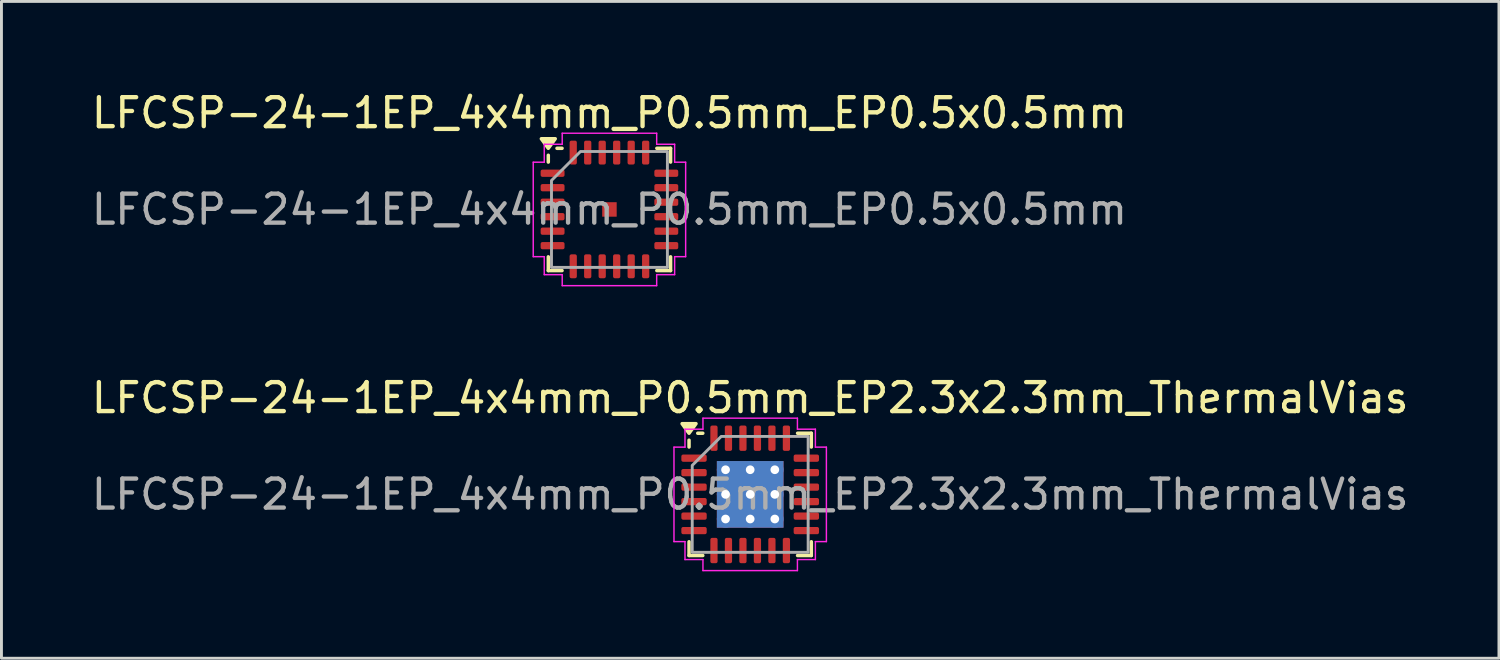
<source format=kicad_pcb>
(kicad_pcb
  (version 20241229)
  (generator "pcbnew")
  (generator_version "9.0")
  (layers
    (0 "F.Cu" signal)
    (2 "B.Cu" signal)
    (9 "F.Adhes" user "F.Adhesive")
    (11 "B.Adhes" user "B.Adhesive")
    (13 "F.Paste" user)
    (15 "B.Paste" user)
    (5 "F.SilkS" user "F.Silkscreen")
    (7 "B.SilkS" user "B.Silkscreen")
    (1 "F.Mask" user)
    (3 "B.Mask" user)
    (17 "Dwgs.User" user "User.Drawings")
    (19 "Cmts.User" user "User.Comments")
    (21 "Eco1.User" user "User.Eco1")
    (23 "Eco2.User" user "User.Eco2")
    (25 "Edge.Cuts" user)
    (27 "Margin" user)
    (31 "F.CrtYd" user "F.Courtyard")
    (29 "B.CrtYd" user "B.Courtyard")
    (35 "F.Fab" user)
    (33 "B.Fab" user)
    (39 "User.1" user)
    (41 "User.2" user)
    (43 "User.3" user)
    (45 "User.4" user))
  (footprint "LFCSP-24-1EP_4x4mm_P0.5mm_EP2.3x2.3mm_ThermalVias"
    (layer "F.Cu")
    (at 22.839 14.011)
    (property "Reference" "LFCSP-24-1EP_4x4mm_P0.5mm_EP2.3x2.3mm_ThermalVias" (at 0 -3.33 0) (layer "F.SilkS") (effects (font (size 1 1) (thickness 0.15))))
    (attr smd)
    (fp_line (start -2.11 -1.635) (end -2.11 -1.87) (stroke (width 0.12) (type solid)) (layer "F.SilkS"))
    (fp_line (start -2.11 2.11) (end -2.11 1.635) (stroke (width 0.12) (type solid)) (layer "F.SilkS"))
    (fp_line (start -1.635 -2.11) (end -1.81 -2.11) (stroke (width 0.12) (type solid)) (layer "F.SilkS"))
    (fp_line (start -1.635 2.11) (end -2.11 2.11) (stroke (width 0.12) (type solid)) (layer "F.SilkS"))
    (fp_line (start 1.635 -2.11) (end 2.11 -2.11) (stroke (width 0.12) (type solid)) (layer "F.SilkS"))
    (fp_line (start 1.635 2.11) (end 2.11 2.11) (stroke (width 0.12) (type solid)) (layer "F.SilkS"))
    (fp_line (start 2.11 -2.11) (end 2.11 -1.635) (stroke (width 0.12) (type solid)) (layer "F.SilkS"))
    (fp_line (start 2.11 2.11) (end 2.11 1.635) (stroke (width 0.12) (type solid)) (layer "F.SilkS"))
    (fp_poly (pts (xy -2.11 -2.11) (xy -2.35 -2.44) (xy -1.87 -2.44)) (stroke (width 0.12) (type solid)) (fill yes) (layer "F.SilkS"))
    (fp_line (start -2.63 -1.63) (end -2.25 -1.63) (stroke (width 0.05) (type solid)) (layer "F.CrtYd"))
    (fp_line (start -2.63 1.63) (end -2.63 -1.63) (stroke (width 0.05) (type solid)) (layer "F.CrtYd"))
    (fp_line (start -2.25 -2.25) (end -1.63 -2.25) (stroke (width 0.05) (type solid)) (layer "F.CrtYd"))
    (fp_line (start -2.25 -1.63) (end -2.25 -2.25) (stroke (width 0.05) (type solid)) (layer "F.CrtYd"))
    (fp_line (start -2.25 1.63) (end -2.63 1.63) (stroke (width 0.05) (type solid)) (layer "F.CrtYd"))
    (fp_line (start -2.25 2.25) (end -2.25 1.63) (stroke (width 0.05) (type solid)) (layer "F.CrtYd"))
    (fp_line (start -1.63 -2.63) (end 1.63 -2.63) (stroke (width 0.05) (type solid)) (layer "F.CrtYd"))
    (fp_line (start -1.63 -2.25) (end -1.63 -2.63) (stroke (width 0.05) (type solid)) (layer "F.CrtYd"))
    (fp_line (start -1.63 2.25) (end -2.25 2.25) (stroke (width 0.05) (type solid)) (layer "F.CrtYd"))
    (fp_line (start -1.63 2.63) (end -1.63 2.25) (stroke (width 0.05) (type solid)) (layer "F.CrtYd"))
    (fp_line (start 1.63 -2.63) (end 1.63 -2.25) (stroke (width 0.05) (type solid)) (layer "F.CrtYd"))
    (fp_line (start 1.63 -2.25) (end 2.25 -2.25) (stroke (width 0.05) (type solid)) (layer "F.CrtYd"))
    (fp_line (start 1.63 2.25) (end 1.63 2.63) (stroke (width 0.05) (type solid)) (layer "F.CrtYd"))
    (fp_line (start 1.63 2.63) (end -1.63 2.63) (stroke (width 0.05) (type solid)) (layer "F.CrtYd"))
    (fp_line (start 2.25 -2.25) (end 2.25 -1.63) (stroke (width 0.05) (type solid)) (layer "F.CrtYd"))
    (fp_line (start 2.25 -1.63) (end 2.63 -1.63) (stroke (width 0.05) (type solid)) (layer "F.CrtYd"))
    (fp_line (start 2.25 1.63) (end 2.25 2.25) (stroke (width 0.05) (type solid)) (layer "F.CrtYd"))
    (fp_line (start 2.25 2.25) (end 1.63 2.25) (stroke (width 0.05) (type solid)) (layer "F.CrtYd"))
    (fp_line (start 2.63 -1.63) (end 2.63 1.63) (stroke (width 0.05) (type solid)) (layer "F.CrtYd"))
    (fp_line (start 2.63 1.63) (end 2.25 1.63) (stroke (width 0.05) (type solid)) (layer "F.CrtYd"))
    (fp_poly (pts (xy -2 -1) (xy -2 2) (xy 2 2) (xy 2 -2) (xy -1 -2)) (stroke (width 0.1) (type solid)) (fill no) (layer "F.Fab"))
    (fp_text user "${REFERENCE}" (at 0 0 0) (layer "F.Fab") (effects (font (size 1 1) (thickness 0.15))))
    (pad "" smd roundrect (at -0.575 -0.575) (size 0.96 0.96) (layers "F.Paste") (roundrect_rratio 0.25))
    (pad "" smd roundrect (at -0.575 0.575) (size 0.96 0.96) (layers "F.Paste") (roundrect_rratio 0.25))
    (pad "" smd roundrect (at 0.575 -0.575) (size 0.96 0.96) (layers "F.Paste") (roundrect_rratio 0.25))
    (pad "" smd roundrect (at 0.575 0.575) (size 0.96 0.96) (layers "F.Paste") (roundrect_rratio 0.25))
    (pad "1" smd roundrect (at -1.938 -1.25) (size 0.875 0.25) (layers "F.Cu" "F.Mask" "F.Paste") (roundrect_rratio 0.25))
    (pad "2" smd roundrect (at -1.938 -0.75) (size 0.875 0.25) (layers "F.Cu" "F.Mask" "F.Paste") (roundrect_rratio 0.25))
    (pad "3" smd roundrect (at -1.938 -0.25) (size 0.875 0.25) (layers "F.Cu" "F.Mask" "F.Paste") (roundrect_rratio 0.25))
    (pad "4" smd roundrect (at -1.938 0.25) (size 0.875 0.25) (layers "F.Cu" "F.Mask" "F.Paste") (roundrect_rratio 0.25))
    (pad "5" smd roundrect (at -1.938 0.75) (size 0.875 0.25) (layers "F.Cu" "F.Mask" "F.Paste") (roundrect_rratio 0.25))
    (pad "6" smd roundrect (at -1.938 1.25) (size 0.875 0.25) (layers "F.Cu" "F.Mask" "F.Paste") (roundrect_rratio 0.25))
    (pad "7" smd roundrect (at -1.25 1.938) (size 0.25 0.875) (layers "F.Cu" "F.Mask" "F.Paste") (roundrect_rratio 0.25))
    (pad "8" smd roundrect (at -0.75 1.938) (size 0.25 0.875) (layers "F.Cu" "F.Mask" "F.Paste") (roundrect_rratio 0.25))
    (pad "9" smd roundrect (at -0.25 1.938) (size 0.25 0.875) (layers "F.Cu" "F.Mask" "F.Paste") (roundrect_rratio 0.25))
    (pad "10" smd roundrect (at 0.25 1.938) (size 0.25 0.875) (layers "F.Cu" "F.Mask" "F.Paste") (roundrect_rratio 0.25))
    (pad "11" smd roundrect (at 0.75 1.938) (size 0.25 0.875) (layers "F.Cu" "F.Mask" "F.Paste") (roundrect_rratio 0.25))
    (pad "12" smd roundrect (at 1.25 1.938) (size 0.25 0.875) (layers "F.Cu" "F.Mask" "F.Paste") (roundrect_rratio 0.25))
    (pad "13" smd roundrect (at 1.938 1.25) (size 0.875 0.25) (layers "F.Cu" "F.Mask" "F.Paste") (roundrect_rratio 0.25))
    (pad "14" smd roundrect (at 1.938 0.75) (size 0.875 0.25) (layers "F.Cu" "F.Mask" "F.Paste") (roundrect_rratio 0.25))
    (pad "15" smd roundrect (at 1.938 0.25) (size 0.875 0.25) (layers "F.Cu" "F.Mask" "F.Paste") (roundrect_rratio 0.25))
    (pad "16" smd roundrect (at 1.938 -0.25) (size 0.875 0.25) (layers "F.Cu" "F.Mask" "F.Paste") (roundrect_rratio 0.25))
    (pad "17" smd roundrect (at 1.938 -0.75) (size 0.875 0.25) (layers "F.Cu" "F.Mask" "F.Paste") (roundrect_rratio 0.25))
    (pad "18" smd roundrect (at 1.938 -1.25) (size 0.875 0.25) (layers "F.Cu" "F.Mask" "F.Paste") (roundrect_rratio 0.25))
    (pad "19" smd roundrect (at 1.25 -1.938) (size 0.25 0.875) (layers "F.Cu" "F.Mask" "F.Paste") (roundrect_rratio 0.25))
    (pad "20" smd roundrect (at 0.75 -1.938) (size 0.25 0.875) (layers "F.Cu" "F.Mask" "F.Paste") (roundrect_rratio 0.25))
    (pad "21" smd roundrect (at 0.25 -1.938) (size 0.25 0.875) (layers "F.Cu" "F.Mask" "F.Paste") (roundrect_rratio 0.25))
    (pad "22" smd roundrect (at -0.25 -1.938) (size 0.25 0.875) (layers "F.Cu" "F.Mask" "F.Paste") (roundrect_rratio 0.25))
    (pad "23" smd roundrect (at -0.75 -1.938) (size 0.25 0.875) (layers "F.Cu" "F.Mask" "F.Paste") (roundrect_rratio 0.25))
    (pad "24" smd roundrect (at -1.25 -1.938) (size 0.25 0.875) (layers "F.Cu" "F.Mask" "F.Paste") (roundrect_rratio 0.25))
    (pad "25" thru_hole circle (at -0.85 -0.85) (size 0.6 0.6) (drill 0.3) (property pad_prop_heatsink) (layers "*.Cu"))
    (pad "25" thru_hole circle (at -0.85 0) (size 0.6 0.6) (drill 0.3) (property pad_prop_heatsink) (layers "*.Cu"))
    (pad "25" thru_hole circle (at -0.85 0.85) (size 0.6 0.6) (drill 0.3) (property pad_prop_heatsink) (layers "*.Cu"))
    (pad "25" thru_hole circle (at 0 -0.85) (size 0.6 0.6) (drill 0.3) (property pad_prop_heatsink) (layers "*.Cu"))
    (pad "25" thru_hole circle (at 0 0) (size 0.6 0.6) (drill 0.3) (property pad_prop_heatsink) (layers "*.Cu"))
    (pad "25" smd rect (at 0 0) (size 2.3 2.3) (property pad_prop_heatsink) (layers "F.Cu" "F.Mask"))
    (pad "25" smd rect (at 0 0) (size 2.3 2.3) (property pad_prop_heatsink) (layers "B.Cu"))
    (pad "25" thru_hole circle (at 0 0.85) (size 0.6 0.6) (drill 0.3) (property pad_prop_heatsink) (layers "*.Cu"))
    (pad "25" thru_hole circle (at 0.85 -0.85) (size 0.6 0.6) (drill 0.3) (property pad_prop_heatsink) (layers "*.Cu"))
    (pad "25" thru_hole circle (at 0.85 0) (size 0.6 0.6) (drill 0.3) (property pad_prop_heatsink) (layers "*.Cu"))
    (pad "25" thru_hole circle (at 0.85 0.85) (size 0.6 0.6) (drill 0.3) (property pad_prop_heatsink) (layers "*.Cu")))
  (footprint "LFCSP-24-1EP_4x4mm_P0.5mm_EP0.5x0.5mm"
    (layer "F.Cu")
    (at 17.982 4.178)
    (property "Reference" "LFCSP-24-1EP_4x4mm_P0.5mm_EP0.5x0.5mm" (at 0 -3.33 0) (layer "F.SilkS") (effects (font (size 1 1) (thickness 0.15))))
    (attr smd)
    (fp_line (start -2.11 -1.635) (end -2.11 -1.87) (stroke (width 0.12) (type solid)) (layer "F.SilkS"))
    (fp_line (start -2.11 2.11) (end -2.11 1.635) (stroke (width 0.12) (type solid)) (layer "F.SilkS"))
    (fp_line (start -1.635 -2.11) (end -1.81 -2.11) (stroke (width 0.12) (type solid)) (layer "F.SilkS"))
    (fp_line (start -1.635 2.11) (end -2.11 2.11) (stroke (width 0.12) (type solid)) (layer "F.SilkS"))
    (fp_line (start 1.635 -2.11) (end 2.11 -2.11) (stroke (width 0.12) (type solid)) (layer "F.SilkS"))
    (fp_line (start 1.635 2.11) (end 2.11 2.11) (stroke (width 0.12) (type solid)) (layer "F.SilkS"))
    (fp_line (start 2.11 -2.11) (end 2.11 -1.635) (stroke (width 0.12) (type solid)) (layer "F.SilkS"))
    (fp_line (start 2.11 2.11) (end 2.11 1.635) (stroke (width 0.12) (type solid)) (layer "F.SilkS"))
    (fp_poly (pts (xy -2.11 -2.11) (xy -2.35 -2.44) (xy -1.87 -2.44)) (stroke (width 0.12) (type solid)) (fill yes) (layer "F.SilkS"))
    (fp_line (start -2.63 -1.63) (end -2.25 -1.63) (stroke (width 0.05) (type solid)) (layer "F.CrtYd"))
    (fp_line (start -2.63 1.63) (end -2.63 -1.63) (stroke (width 0.05) (type solid)) (layer "F.CrtYd"))
    (fp_line (start -2.25 -2.25) (end -1.63 -2.25) (stroke (width 0.05) (type solid)) (layer "F.CrtYd"))
    (fp_line (start -2.25 -1.63) (end -2.25 -2.25) (stroke (width 0.05) (type solid)) (layer "F.CrtYd"))
    (fp_line (start -2.25 1.63) (end -2.63 1.63) (stroke (width 0.05) (type solid)) (layer "F.CrtYd"))
    (fp_line (start -2.25 2.25) (end -2.25 1.63) (stroke (width 0.05) (type solid)) (layer "F.CrtYd"))
    (fp_line (start -1.63 -2.63) (end 1.63 -2.63) (stroke (width 0.05) (type solid)) (layer "F.CrtYd"))
    (fp_line (start -1.63 -2.25) (end -1.63 -2.63) (stroke (width 0.05) (type solid)) (layer "F.CrtYd"))
    (fp_line (start -1.63 2.25) (end -2.25 2.25) (stroke (width 0.05) (type solid)) (layer "F.CrtYd"))
    (fp_line (start -1.63 2.63) (end -1.63 2.25) (stroke (width 0.05) (type solid)) (layer "F.CrtYd"))
    (fp_line (start 1.63 -2.63) (end 1.63 -2.25) (stroke (width 0.05) (type solid)) (layer "F.CrtYd"))
    (fp_line (start 1.63 -2.25) (end 2.25 -2.25) (stroke (width 0.05) (type solid)) (layer "F.CrtYd"))
    (fp_line (start 1.63 2.25) (end 1.63 2.63) (stroke (width 0.05) (type solid)) (layer "F.CrtYd"))
    (fp_line (start 1.63 2.63) (end -1.63 2.63) (stroke (width 0.05) (type solid)) (layer "F.CrtYd"))
    (fp_line (start 2.25 -2.25) (end 2.25 -1.63) (stroke (width 0.05) (type solid)) (layer "F.CrtYd"))
    (fp_line (start 2.25 -1.63) (end 2.63 -1.63) (stroke (width 0.05) (type solid)) (layer "F.CrtYd"))
    (fp_line (start 2.25 1.63) (end 2.25 2.25) (stroke (width 0.05) (type solid)) (layer "F.CrtYd"))
    (fp_line (start 2.25 2.25) (end 1.63 2.25) (stroke (width 0.05) (type solid)) (layer "F.CrtYd"))
    (fp_line (start 2.63 -1.63) (end 2.63 1.63) (stroke (width 0.05) (type solid)) (layer "F.CrtYd"))
    (fp_line (start 2.63 1.63) (end 2.25 1.63) (stroke (width 0.05) (type solid)) (layer "F.CrtYd"))
    (fp_poly (pts (xy -2 -1) (xy -2 2) (xy 2 2) (xy 2 -2) (xy -1 -2)) (stroke (width 0.1) (type solid)) (fill no) (layer "F.Fab"))
    (fp_text user "${REFERENCE}" (at 0 0 0) (layer "F.Fab") (effects (font (size 1 1) (thickness 0.15))))
    (pad "" smd roundrect (at 0 0) (size 0.4 0.4) (layers "F.Paste") (roundrect_rratio 0.25))
    (pad "1" smd roundrect (at -1.962 -1.25) (size 0.825 0.25) (layers "F.Cu" "F.Mask" "F.Paste") (roundrect_rratio 0.25))
    (pad "2" smd roundrect (at -1.962 -0.75) (size 0.825 0.25) (layers "F.Cu" "F.Mask" "F.Paste") (roundrect_rratio 0.25))
    (pad "3" smd roundrect (at -1.962 -0.25) (size 0.825 0.25) (layers "F.Cu" "F.Mask" "F.Paste") (roundrect_rratio 0.25))
    (pad "4" smd roundrect (at -1.962 0.25) (size 0.825 0.25) (layers "F.Cu" "F.Mask" "F.Paste") (roundrect_rratio 0.25))
    (pad "5" smd roundrect (at -1.962 0.75) (size 0.825 0.25) (layers "F.Cu" "F.Mask" "F.Paste") (roundrect_rratio 0.25))
    (pad "6" smd roundrect (at -1.962 1.25) (size 0.825 0.25) (layers "F.Cu" "F.Mask" "F.Paste") (roundrect_rratio 0.25))
    (pad "7" smd roundrect (at -1.25 1.962) (size 0.25 0.825) (layers "F.Cu" "F.Mask" "F.Paste") (roundrect_rratio 0.25))
    (pad "8" smd roundrect (at -0.75 1.962) (size 0.25 0.825) (layers "F.Cu" "F.Mask" "F.Paste") (roundrect_rratio 0.25))
    (pad "9" smd roundrect (at -0.25 1.962) (size 0.25 0.825) (layers "F.Cu" "F.Mask" "F.Paste") (roundrect_rratio 0.25))
    (pad "10" smd roundrect (at 0.25 1.962) (size 0.25 0.825) (layers "F.Cu" "F.Mask" "F.Paste") (roundrect_rratio 0.25))
    (pad "11" smd roundrect (at 0.75 1.962) (size 0.25 0.825) (layers "F.Cu" "F.Mask" "F.Paste") (roundrect_rratio 0.25))
    (pad "12" smd roundrect (at 1.25 1.962) (size 0.25 0.825) (layers "F.Cu" "F.Mask" "F.Paste") (roundrect_rratio 0.25))
    (pad "13" smd roundrect (at 1.962 1.25) (size 0.825 0.25) (layers "F.Cu" "F.Mask" "F.Paste") (roundrect_rratio 0.25))
    (pad "14" smd roundrect (at 1.962 0.75) (size 0.825 0.25) (layers "F.Cu" "F.Mask" "F.Paste") (roundrect_rratio 0.25))
    (pad "15" smd roundrect (at 1.962 0.25) (size 0.825 0.25) (layers "F.Cu" "F.Mask" "F.Paste") (roundrect_rratio 0.25))
    (pad "16" smd roundrect (at 1.962 -0.25) (size 0.825 0.25) (layers "F.Cu" "F.Mask" "F.Paste") (roundrect_rratio 0.25))
    (pad "17" smd roundrect (at 1.962 -0.75) (size 0.825 0.25) (layers "F.Cu" "F.Mask" "F.Paste") (roundrect_rratio 0.25))
    (pad "18" smd roundrect (at 1.962 -1.25) (size 0.825 0.25) (layers "F.Cu" "F.Mask" "F.Paste") (roundrect_rratio 0.25))
    (pad "19" smd roundrect (at 1.25 -1.962) (size 0.25 0.825) (layers "F.Cu" "F.Mask" "F.Paste") (roundrect_rratio 0.25))
    (pad "20" smd roundrect (at 0.75 -1.962) (size 0.25 0.825) (layers "F.Cu" "F.Mask" "F.Paste") (roundrect_rratio 0.25))
    (pad "21" smd roundrect (at 0.25 -1.962) (size 0.25 0.825) (layers "F.Cu" "F.Mask" "F.Paste") (roundrect_rratio 0.25))
    (pad "22" smd roundrect (at -0.25 -1.962) (size 0.25 0.825) (layers "F.Cu" "F.Mask" "F.Paste") (roundrect_rratio 0.25))
    (pad "23" smd roundrect (at -0.75 -1.962) (size 0.25 0.825) (layers "F.Cu" "F.Mask" "F.Paste") (roundrect_rratio 0.25))
    (pad "24" smd roundrect (at -1.25 -1.962) (size 0.25 0.825) (layers "F.Cu" "F.Mask" "F.Paste") (roundrect_rratio 0.25))
    (pad "25" smd rect (at 0 0) (size 0.5 0.5) (property pad_prop_heatsink) (layers "F.Cu" "F.Mask")))
  (gr_rect
    (start -3 -3)
    (end 48.679 19.666)
    (stroke (width 0.1) (type default))
    (fill no)
    (layer "Edge.Cuts")))
</source>
